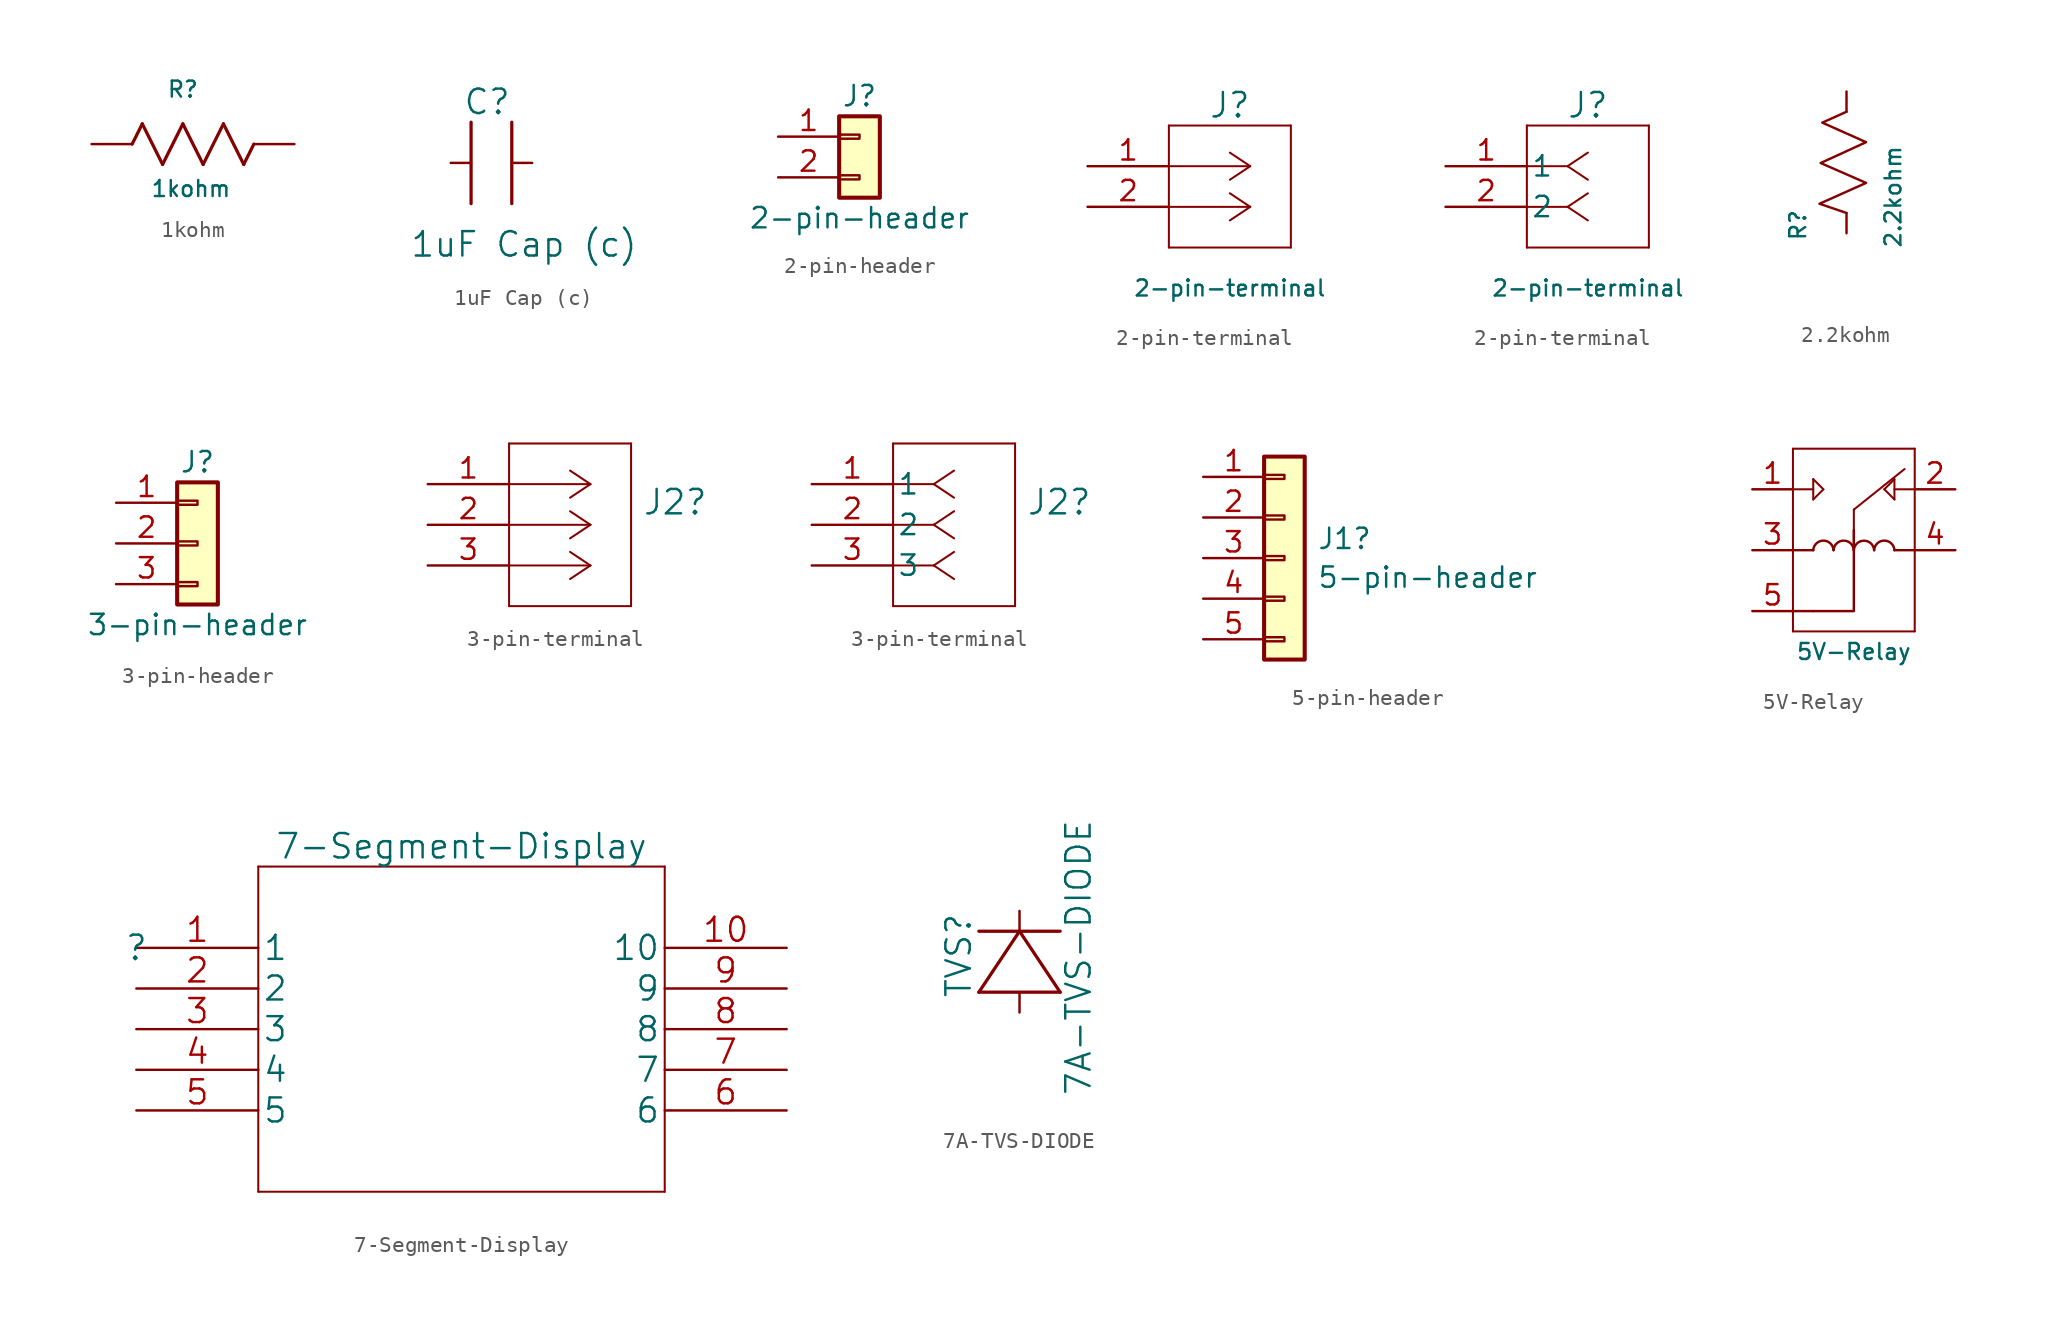
<source format=kicad_sym>
(kicad_symbol_lib
  (version 20231120)
  (generator "kicad_symbol_editor")
  (generator_version "8.0")
  (symbol "1kohm"
    (pin_numbers hide)
    (pin_names
      (offset -2.54) hide)
    (property "Reference" "R"
      (at 5.715 3.429 0)
      (effects (font (size 1 1))))
    (property "Value" "1kohm"
      (at 6.223 -2.794 0)
      (effects (font (size 1 1))))
    (property "Datasheet" ""
      (at 0 0 0)
      (effects (font (size 1.524 1.524))))
    (symbol "1kohm_1_1"
      (polyline (pts (xy 2.54 0) (xy 3.175 1.27)) (stroke (width 0.203) (type solid)) (fill (type none)))
      (polyline (pts (xy 3.175 1.27) (xy 4.445 -1.27)) (stroke (width 0.203) (type solid)) (fill (type none)))
      (polyline (pts (xy 4.445 -1.27) (xy 5.715 1.27)) (stroke (width 0.203) (type solid)) (fill (type none)))
      (polyline (pts (xy 5.715 1.27) (xy 6.985 -1.27)) (stroke (width 0.203) (type solid)) (fill (type none)))
      (polyline (pts (xy 6.985 -1.27) (xy 8.255 1.27)) (stroke (width 0.203) (type solid)) (fill (type none)))
      (polyline (pts (xy 8.255 1.27) (xy 9.525 -1.27)) (stroke (width 0.203) (type solid)) (fill (type none)))
      (polyline (pts (xy 9.525 -1.27) (xy 10.16 0)) (stroke (width 0.203) (type solid)) (fill (type none)))
      (pin unspecified line (at 0 0 0) (length 2.54) (name "1" (effects (font (size 1.499 1.499)))) (number "1" (effects (font (size 1.499 1.499)))))
      (pin unspecified line (at 12.7 0 180) (length 2.54) (name "2" (effects (font (size 1.499 1.499)))) (number "2" (effects (font (size 1.499 1.499)))))))
  (symbol "1uF Cap (c)"
    (pin_numbers hide)
    (pin_names
      (offset 1.651) hide)
    (property "Reference" "C"
      (at 4.81 1.27 0)
      (effects (font (size 1.524 1.524))))
    (property "Value" "1uF Cap (c)"
      (at 7.112 -7.62 0)
      (effects (font (size 1.524 1.524))))
    (property "Datasheet" ""
      (at 1 -2.54 0)
      (effects (font (size 1.524 1.524))))
    (symbol "1uF Cap (c)_1_1"
      (polyline (pts (xy 3.81 -5.08) (xy 3.81 0)) (stroke (width 0.203) (type solid)) (fill (type none)))
      (polyline (pts (xy 6.35 -5.08) (xy 6.35 0)) (stroke (width 0.203) (type solid)) (fill (type none)))
      (pin unspecified line (at 2.54 -2.54 0) (length 1.27) (name "" (effects (font (size 1.499 1.499)))) (number "1" (effects (font (size 1.499 1.499)))))
      (pin unspecified line (at 7.62 -2.54 180) (length 1.27) (name "" (effects (font (size 1.499 1.499)))) (number "2" (effects (font (size 1.499 1.499)))))))
  (symbol "2-pin-header"
    (pin_names
      (offset 1.016) hide)
    (property "Reference" "J"
      (at 0 2.54 0)
      (effects (font (size 1.27 1.27))))
    (property "Value" "2-pin-header"
      (at 0 -5.08 0)
      (effects (font (size 1.27 1.27))))
    (symbol "2-pin-header_1_1"
      (rectangle (start -1.27 -2.413) (end 0 -2.667) (stroke (width 0.152) (type default)) (fill (type none)))
      (rectangle (start -1.27 0.127) (end 0 -0.127) (stroke (width 0.152) (type default)) (fill (type none)))
      (rectangle (start -1.27 1.27) (end 1.27 -3.81) (stroke (width 0.254) (type default)) (fill (type background)))
      (pin passive line (at -5.08 0 0) (length 3.81) (name "Pin_1" (effects (font (size 1.27 1.27)))) (number "1" (effects (font (size 1.27 1.27)))))
      (pin passive line (at -5.08 -2.54 0) (length 3.81) (name "Pin_2" (effects (font (size 1.27 1.27)))) (number "2" (effects (font (size 1.27 1.27)))))))
  (symbol "2-pin-terminal"
    (pin_names
      (offset 0.254))
    (property "Reference" "J"
      (at 8.89 3.81 0)
      (effects (font (size 1.524 1.524))))
    (property "Value" "2-pin-terminal"
      (at 8.89 -7.62 0)
      (effects (font (size 1 1))))
    (property "ki_locked" ""
      (at 0 0 0)
      (effects (font (size 1.27 1.27))))
    (symbol "2-pin-terminal_1_1"
      (polyline (pts (xy 5.08 -5.08) (xy 12.7 -5.08)) (stroke (width 0.127) (type default)) (fill (type none)))
      (polyline (pts (xy 5.08 2.54) (xy 5.08 -5.08)) (stroke (width 0.127) (type default)) (fill (type none)))
      (polyline (pts (xy 10.16 -2.54) (xy 5.08 -2.54)) (stroke (width 0.127) (type default)) (fill (type none)))
      (polyline (pts (xy 10.16 -2.54) (xy 8.89 -3.387)) (stroke (width 0.127) (type default)) (fill (type none)))
      (polyline (pts (xy 10.16 -2.54) (xy 8.89 -1.693)) (stroke (width 0.127) (type default)) (fill (type none)))
      (polyline (pts (xy 10.16 0) (xy 5.08 0)) (stroke (width 0.127) (type default)) (fill (type none)))
      (polyline (pts (xy 10.16 0) (xy 8.89 -0.847)) (stroke (width 0.127) (type default)) (fill (type none)))
      (polyline (pts (xy 10.16 0) (xy 8.89 0.847)) (stroke (width 0.127) (type default)) (fill (type none)))
      (polyline (pts (xy 12.7 -5.08) (xy 12.7 2.54)) (stroke (width 0.127) (type default)) (fill (type none)))
      (polyline (pts (xy 12.7 2.54) (xy 5.08 2.54)) (stroke (width 0.127) (type default)) (fill (type none)))
      (pin unspecified line (at 0 0 0) (length 5.08) (name "" (effects (font (size 1.27 1.27)))) (number "1" (effects (font (size 1.27 1.27)))))
      (pin unspecified line (at 0 -2.54 0) (length 5.08) (name "" (effects (font (size 1.27 1.27)))) (number "2" (effects (font (size 1.27 1.27))))))
    (symbol "2-pin-terminal_1_2"
      (polyline (pts (xy 5.08 -5.08) (xy 12.7 -5.08)) (stroke (width 0.127) (type default)) (fill (type none)))
      (polyline (pts (xy 5.08 2.54) (xy 5.08 -5.08)) (stroke (width 0.127) (type default)) (fill (type none)))
      (polyline (pts (xy 7.62 -2.54) (xy 5.08 -2.54)) (stroke (width 0.127) (type default)) (fill (type none)))
      (polyline (pts (xy 7.62 -2.54) (xy 8.89 -3.387)) (stroke (width 0.127) (type default)) (fill (type none)))
      (polyline (pts (xy 7.62 -2.54) (xy 8.89 -1.693)) (stroke (width 0.127) (type default)) (fill (type none)))
      (polyline (pts (xy 7.62 0) (xy 5.08 0)) (stroke (width 0.127) (type default)) (fill (type none)))
      (polyline (pts (xy 7.62 0) (xy 8.89 -0.847)) (stroke (width 0.127) (type default)) (fill (type none)))
      (polyline (pts (xy 7.62 0) (xy 8.89 0.847)) (stroke (width 0.127) (type default)) (fill (type none)))
      (polyline (pts (xy 12.7 -5.08) (xy 12.7 2.54)) (stroke (width 0.127) (type default)) (fill (type none)))
      (polyline (pts (xy 12.7 2.54) (xy 5.08 2.54)) (stroke (width 0.127) (type default)) (fill (type none)))
      (pin unspecified line (at 0 0 0) (length 5.08) (name "1" (effects (font (size 1.27 1.27)))) (number "1" (effects (font (size 1.27 1.27)))))
      (pin unspecified line (at 0 -2.54 0) (length 5.08) (name "2" (effects (font (size 1.27 1.27)))) (number "2" (effects (font (size 1.27 1.27)))))))
  (symbol "2.2kohm"
    (pin_numbers hide)
    (pin_names
      (offset -2.54) hide)
    (property "Reference" "R"
      (at 2.032 -7.112 90)
      (effects (font (size 1 1))))
    (property "Value" "2.2kohm"
      (at 8.001 -5.334 90)
      (effects (font (size 1 1))))
    (property "Datasheet" ""
      (at 5.08 -11.43 90)
      (effects (font (size 1.524 1.524))))
    (symbol "2.2kohm_0_1"
      (polyline (pts (xy 5.08 -6.35) (xy 3.385 -5.77) (xy 6.306 -4.463) (xy 3.458 -3.216) (xy 6.306 -1.909) (xy 3.56 -0.683) (xy 5.08 0)) (stroke (width 0) (type default)) (fill (type none))))
    (symbol "2.2kohm_1_1"
      (pin unspecified line (at 5.08 -7.62 90) (length 1.27) (name "1" (effects (font (size 1.499 1.499)))) (number "1" (effects (font (size 1.499 1.499)))))
      (pin unspecified line (at 5.08 1.27 270) (length 1.27) (name "2" (effects (font (size 1.499 1.499)))) (number "2" (effects (font (size 1.499 1.499)))))))
  (symbol "3-pin-header"
    (pin_names
      (offset 1.016) hide)
    (property "Reference" "J"
      (at 0 5.08 0)
      (effects (font (size 1.27 1.27))))
    (property "Value" "3-pin-header"
      (at 0 -5.08 0)
      (effects (font (size 1.27 1.27))))
    (symbol "3-pin-header_1_1"
      (rectangle (start -1.27 -2.413) (end 0 -2.667) (stroke (width 0.152) (type default)) (fill (type none)))
      (rectangle (start -1.27 0.127) (end 0 -0.127) (stroke (width 0.152) (type default)) (fill (type none)))
      (rectangle (start -1.27 2.667) (end 0 2.413) (stroke (width 0.152) (type default)) (fill (type none)))
      (rectangle (start -1.27 3.81) (end 1.27 -3.81) (stroke (width 0.254) (type default)) (fill (type background)))
      (pin passive line (at -5.08 2.54 0) (length 3.81) (name "Pin_1" (effects (font (size 1.27 1.27)))) (number "1" (effects (font (size 1.27 1.27)))))
      (pin passive line (at -5.08 0 0) (length 3.81) (name "Pin_2" (effects (font (size 1.27 1.27)))) (number "2" (effects (font (size 1.27 1.27)))))
      (pin passive line (at -5.08 -2.54 0) (length 3.81) (name "Pin_3" (effects (font (size 1.27 1.27)))) (number "3" (effects (font (size 1.27 1.27)))))))
  (symbol "3-pin-terminal"
    (pin_names
      (offset 0.254))
    (property "Reference" "J2"
      (at 13.399 -1.124 0)
      (effects (font (size 1.524 1.524)) (justify left)))
    (property "ki_locked" ""
      (at 0 0 0)
      (effects (font (size 1.27 1.27))))
    (symbol "3-pin-terminal_1_1"
      (polyline (pts (xy 5.08 -7.62) (xy 12.7 -7.62)) (stroke (width 0.127) (type default)) (fill (type none)))
      (polyline (pts (xy 5.08 2.54) (xy 5.08 -7.62)) (stroke (width 0.127) (type default)) (fill (type none)))
      (polyline (pts (xy 10.16 -5.08) (xy 5.08 -5.08)) (stroke (width 0.127) (type default)) (fill (type none)))
      (polyline (pts (xy 10.16 -5.08) (xy 8.89 -5.927)) (stroke (width 0.127) (type default)) (fill (type none)))
      (polyline (pts (xy 10.16 -5.08) (xy 8.89 -4.233)) (stroke (width 0.127) (type default)) (fill (type none)))
      (polyline (pts (xy 10.16 -2.54) (xy 5.08 -2.54)) (stroke (width 0.127) (type default)) (fill (type none)))
      (polyline (pts (xy 10.16 -2.54) (xy 8.89 -3.387)) (stroke (width 0.127) (type default)) (fill (type none)))
      (polyline (pts (xy 10.16 -2.54) (xy 8.89 -1.693)) (stroke (width 0.127) (type default)) (fill (type none)))
      (polyline (pts (xy 10.16 0) (xy 5.08 0)) (stroke (width 0.127) (type default)) (fill (type none)))
      (polyline (pts (xy 10.16 0) (xy 8.89 -0.847)) (stroke (width 0.127) (type default)) (fill (type none)))
      (polyline (pts (xy 10.16 0) (xy 8.89 0.847)) (stroke (width 0.127) (type default)) (fill (type none)))
      (polyline (pts (xy 12.7 -7.62) (xy 12.7 2.54)) (stroke (width 0.127) (type default)) (fill (type none)))
      (polyline (pts (xy 12.7 2.54) (xy 5.08 2.54)) (stroke (width 0.127) (type default)) (fill (type none)))
      (pin unspecified line (at 0 0 0) (length 5.08) (name "" (effects (font (size 1.27 1.27)))) (number "1" (effects (font (size 1.27 1.27)))))
      (pin unspecified line (at 0 -2.54 0) (length 5.08) (name "" (effects (font (size 1.27 1.27)))) (number "2" (effects (font (size 1.27 1.27)))))
      (pin unspecified line (at 0 -5.08 0) (length 5.08) (name "" (effects (font (size 1.27 1.27)))) (number "3" (effects (font (size 1.27 1.27))))))
    (symbol "3-pin-terminal_1_2"
      (polyline (pts (xy 5.08 -7.62) (xy 12.7 -7.62)) (stroke (width 0.127) (type default)) (fill (type none)))
      (polyline (pts (xy 5.08 2.54) (xy 5.08 -7.62)) (stroke (width 0.127) (type default)) (fill (type none)))
      (polyline (pts (xy 7.62 -5.08) (xy 5.08 -5.08)) (stroke (width 0.127) (type default)) (fill (type none)))
      (polyline (pts (xy 7.62 -5.08) (xy 8.89 -5.927)) (stroke (width 0.127) (type default)) (fill (type none)))
      (polyline (pts (xy 7.62 -5.08) (xy 8.89 -4.233)) (stroke (width 0.127) (type default)) (fill (type none)))
      (polyline (pts (xy 7.62 -2.54) (xy 5.08 -2.54)) (stroke (width 0.127) (type default)) (fill (type none)))
      (polyline (pts (xy 7.62 -2.54) (xy 8.89 -3.387)) (stroke (width 0.127) (type default)) (fill (type none)))
      (polyline (pts (xy 7.62 -2.54) (xy 8.89 -1.693)) (stroke (width 0.127) (type default)) (fill (type none)))
      (polyline (pts (xy 7.62 0) (xy 5.08 0)) (stroke (width 0.127) (type default)) (fill (type none)))
      (polyline (pts (xy 7.62 0) (xy 8.89 -0.847)) (stroke (width 0.127) (type default)) (fill (type none)))
      (polyline (pts (xy 7.62 0) (xy 8.89 0.847)) (stroke (width 0.127) (type default)) (fill (type none)))
      (polyline (pts (xy 12.7 -7.62) (xy 12.7 2.54)) (stroke (width 0.127) (type default)) (fill (type none)))
      (polyline (pts (xy 12.7 2.54) (xy 5.08 2.54)) (stroke (width 0.127) (type default)) (fill (type none)))
      (pin unspecified line (at 0 0 0) (length 5.08) (name "1" (effects (font (size 1.27 1.27)))) (number "1" (effects (font (size 1.27 1.27)))))
      (pin unspecified line (at 0 -2.54 0) (length 5.08) (name "2" (effects (font (size 1.27 1.27)))) (number "2" (effects (font (size 1.27 1.27)))))
      (pin unspecified line (at 0 -5.08 0) (length 5.08) (name "3" (effects (font (size 1.27 1.27)))) (number "3" (effects (font (size 1.27 1.27)))))))
  (symbol "5-pin-header"
    (pin_names
      (offset 1.016) hide)
    (property "Reference" "J1"
      (at 2.032 1.212 0)
      (effects (font (size 1.27 1.27)) (justify left)))
    (property "Value" "5-pin-header"
      (at 2.032 -1.212 0)
      (effects (font (size 1.27 1.27)) (justify left)))
    (symbol "5-pin-header_1_1"
      (rectangle (start -1.27 -4.953) (end 0 -5.207) (stroke (width 0.152) (type default)) (fill (type none)))
      (rectangle (start -1.27 -2.413) (end 0 -2.667) (stroke (width 0.152) (type default)) (fill (type none)))
      (rectangle (start -1.27 0.127) (end 0 -0.127) (stroke (width 0.152) (type default)) (fill (type none)))
      (rectangle (start -1.27 2.667) (end 0 2.413) (stroke (width 0.152) (type default)) (fill (type none)))
      (rectangle (start -1.27 5.207) (end 0 4.953) (stroke (width 0.152) (type default)) (fill (type none)))
      (rectangle (start -1.27 6.35) (end 1.27 -6.35) (stroke (width 0.254) (type default)) (fill (type background)))
      (pin passive line (at -5.08 5.08 0) (length 3.81) (name "Pin_1" (effects (font (size 1.27 1.27)))) (number "1" (effects (font (size 1.27 1.27)))))
      (pin passive line (at -5.08 2.54 0) (length 3.81) (name "Pin_2" (effects (font (size 1.27 1.27)))) (number "2" (effects (font (size 1.27 1.27)))))
      (pin passive line (at -5.08 0 0) (length 3.81) (name "Pin_3" (effects (font (size 1.27 1.27)))) (number "3" (effects (font (size 1.27 1.27)))))
      (pin passive line (at -5.08 -2.54 0) (length 3.81) (name "Pin_4" (effects (font (size 1.27 1.27)))) (number "4" (effects (font (size 1.27 1.27)))))
      (pin passive line (at -5.08 -5.08 0) (length 3.81) (name "Pin_5" (effects (font (size 1.27 1.27)))) (number "5" (effects (font (size 1.27 1.27)))))))
  (symbol "5V-Relay"
    (pin_names
      (offset 0.254))
    (property "Reference" "J1"
      (at 11.43 -7.62 0)
      (effects (font (size 1.524 1.524)) (hide yes)))
    (property "Value" "5V-Relay"
      (at 11.43 -10.16 0)
      (effects (font (size 1 1))))
    (property "Datasheet" ""
      (at 0 0 0)
      (effects (font (size 1.524 1.524))))
    (symbol "5V-Relay_0_1"
      (polyline (pts (xy 8.89 -7.62) (xy 7.62 -7.62)) (stroke (width 0) (type default)) (fill (type none)))
      (polyline (pts (xy 8.89 -3.81) (xy 7.62 -3.81)) (stroke (width 0) (type default)) (fill (type none)))
      (polyline (pts (xy 15.24 -3.81) (xy 13.97 -3.81)) (stroke (width 0) (type default)) (fill (type none)))
      (polyline (pts (xy 8.89 -7.62) (xy 11.43 -7.62) (xy 11.43 -3.81) (xy 11.43 -2.54)) (stroke (width 0) (type default)) (fill (type none)))
      (arc (start 10.16 -3.81) (mid 9.525 -3.2113) (end 8.89 -3.81) (stroke (width 0) (type default)) (fill (type none)))
      (arc (start 11.43 -3.81) (mid 10.795 -3.2113) (end 10.16 -3.81) (stroke (width 0) (type default)) (fill (type none)))
      (arc (start 12.7 -3.81) (mid 12.065 -3.2158) (end 11.43 -3.81) (stroke (width 0) (type default)) (fill (type none)))
      (arc (start 13.97 -3.81) (mid 13.335 -3.2097) (end 12.7 -3.81) (stroke (width 0) (type default)) (fill (type none))))
    (symbol "5V-Relay_1_1"
      (polyline (pts (xy 7.62 -8.89) (xy 15.24 -8.89)) (stroke (width 0.127) (type solid)) (fill (type none)))
      (polyline (pts (xy 7.62 0) (xy 8.89 0)) (stroke (width 0.127) (type solid)) (fill (type none)))
      (polyline (pts (xy 7.62 2.54) (xy 7.62 -8.89)) (stroke (width 0.127) (type solid)) (fill (type none)))
      (polyline (pts (xy 7.62 2.54) (xy 15.24 2.54)) (stroke (width 0.127) (type solid)) (fill (type none)))
      (polyline (pts (xy 8.89 -0.635) (xy 9.525 0)) (stroke (width 0.127) (type solid)) (fill (type none)))
      (polyline (pts (xy 8.89 0.635) (xy 8.89 -0.635)) (stroke (width 0.127) (type solid)) (fill (type none)))
      (polyline (pts (xy 8.89 0.635) (xy 9.525 0)) (stroke (width 0.127) (type solid)) (fill (type none)))
      (polyline (pts (xy 11.43 -3.81) (xy 11.43 -1.27)) (stroke (width 0.127) (type solid)) (fill (type none)))
      (polyline (pts (xy 11.43 -1.27) (xy 14.605 1.27)) (stroke (width 0.127) (type solid)) (fill (type none)))
      (polyline (pts (xy 13.335 0) (xy 13.97 -0.635)) (stroke (width 0.127) (type solid)) (fill (type none)))
      (polyline (pts (xy 13.97 -0.635) (xy 13.97 0.635)) (stroke (width 0.127) (type solid)) (fill (type none)))
      (polyline (pts (xy 13.97 0.635) (xy 13.335 0)) (stroke (width 0.127) (type solid)) (fill (type none)))
      (polyline (pts (xy 15.24 0) (xy 13.97 0)) (stroke (width 0.127) (type solid)) (fill (type none)))
      (polyline (pts (xy 15.24 2.54) (xy 15.24 -8.89)) (stroke (width 0.127) (type solid)) (fill (type none)))
      (pin unspecified line (at 5.08 0 0) (length 2.54) (name "~" (effects (font (size 1.27 1.27)))) (number "1" (effects (font (size 1.27 1.27)))))
      (pin unspecified line (at 17.78 0 180) (length 2.54) (name "~" (effects (font (size 1.27 1.27)))) (number "2" (effects (font (size 1.27 1.27)))))
      (pin unspecified line (at 5.08 -3.81 0) (length 2.54) (name "" (effects (font (size 1.27 1.27)))) (number "3" (effects (font (size 1.27 1.27)))))
      (pin unspecified line (at 17.78 -3.81 180) (length 2.54) (name "~" (effects (font (size 1.27 1.27)))) (number "4" (effects (font (size 1.27 1.27)))))
      (pin unspecified line (at 5.08 -7.62 0) (length 2.54) (name "~" (effects (font (size 1.27 1.27)))) (number "5" (effects (font (size 1.27 1.27)))))))
  (symbol "7-Segment-Display"
    (pin_names
      (offset 0.254))
    (property "Reference" ""
      (at 0 0 0)
      (effects (font (size 1.524 1.524))))
    (property "Value" "7-Segment-Display"
      (at 20.32 6.35 0)
      (effects (font (size 1.524 1.524))))
    (property "Datasheet" ""
      (at 0 0 0)
      (effects (font (size 1.524 1.524))))
    (symbol "7-Segment-Display_1_1"
      (polyline (pts (xy 7.62 -15.24) (xy 33.02 -15.24)) (stroke (width 0.127) (type solid)) (fill (type none)))
      (polyline (pts (xy 7.62 5.08) (xy 7.62 -15.24)) (stroke (width 0.127) (type solid)) (fill (type none)))
      (polyline (pts (xy 33.02 -15.24) (xy 33.02 5.08)) (stroke (width 0.127) (type solid)) (fill (type none)))
      (polyline (pts (xy 33.02 5.08) (xy 7.62 5.08)) (stroke (width 0.127) (type solid)) (fill (type none)))
      (pin unspecified line (at 0 0 0) (length 7.62) (name "1" (effects (font (size 1.499 1.499)))) (number "1" (effects (font (size 1.499 1.499)))))
      (pin unspecified line (at 40.64 0 180) (length 7.62) (name "10" (effects (font (size 1.499 1.499)))) (number "10" (effects (font (size 1.499 1.499)))))
      (pin unspecified line (at 0 -2.54 0) (length 7.62) (name "2" (effects (font (size 1.499 1.499)))) (number "2" (effects (font (size 1.499 1.499)))))
      (pin unspecified line (at 0 -5.08 0) (length 7.62) (name "3" (effects (font (size 1.499 1.499)))) (number "3" (effects (font (size 1.499 1.499)))))
      (pin unspecified line (at 0 -7.62 0) (length 7.62) (name "4" (effects (font (size 1.499 1.499)))) (number "4" (effects (font (size 1.499 1.499)))))
      (pin unspecified line (at 0 -10.16 0) (length 7.62) (name "5" (effects (font (size 1.499 1.499)))) (number "5" (effects (font (size 1.499 1.499)))))
      (pin unspecified line (at 40.64 -10.16 180) (length 7.62) (name "6" (effects (font (size 1.499 1.499)))) (number "6" (effects (font (size 1.499 1.499)))))
      (pin unspecified line (at 40.64 -7.62 180) (length 7.62) (name "7" (effects (font (size 1.499 1.499)))) (number "7" (effects (font (size 1.499 1.499)))))
      (pin unspecified line (at 40.64 -5.08 180) (length 7.62) (name "8" (effects (font (size 1.499 1.499)))) (number "8" (effects (font (size 1.499 1.499)))))
      (pin unspecified line (at 40.64 -2.54 180) (length 7.62) (name "9" (effects (font (size 1.499 1.499)))) (number "9" (effects (font (size 1.499 1.499)))))))
  (symbol "7A-TVS-DIODE"
    (pin_numbers hide)
    (pin_names
      (offset -1.651) hide)
    (property "Reference" "TVS"
      (at 0 -2.794 90)
      (effects (font (size 1.524 1.524))))
    (property "Value" "7A-TVS-DIODE"
      (at 7.493 -2.921 90)
      (effects (font (size 1.524 1.524))))
    (property "Datasheet" ""
      (at 3.81 -7.62 90)
      (effects (font (size 1.524 1.524))))
    (symbol "7A-TVS-DIODE_1_1"
      (polyline (pts (xy 1.27 -5.08) (xy 6.35 -5.08)) (stroke (width 0.203) (type solid)) (fill (type none)))
      (polyline (pts (xy 3.81 -1.27) (xy 1.27 -5.08)) (stroke (width 0.203) (type solid)) (fill (type none)))
      (polyline (pts (xy 6.35 -5.08) (xy 3.81 -1.27)) (stroke (width 0.203) (type solid)) (fill (type none)))
      (polyline (pts (xy 6.35 -1.27) (xy 1.27 -1.27)) (stroke (width 0.203) (type solid)) (fill (type none)))
      (pin unspecified line (at 3.81 0 270) (length 1.27) (name "" (effects (font (size 1.499 1.499)))) (number "1" (effects (font (size 1.499 1.499)))))
      (pin unspecified line (at 3.81 -6.35 90) (length 1.27) (name "" (effects (font (size 1.499 1.499)))) (number "2" (effects (font (size 1.499 1.499))))))))
</source>
